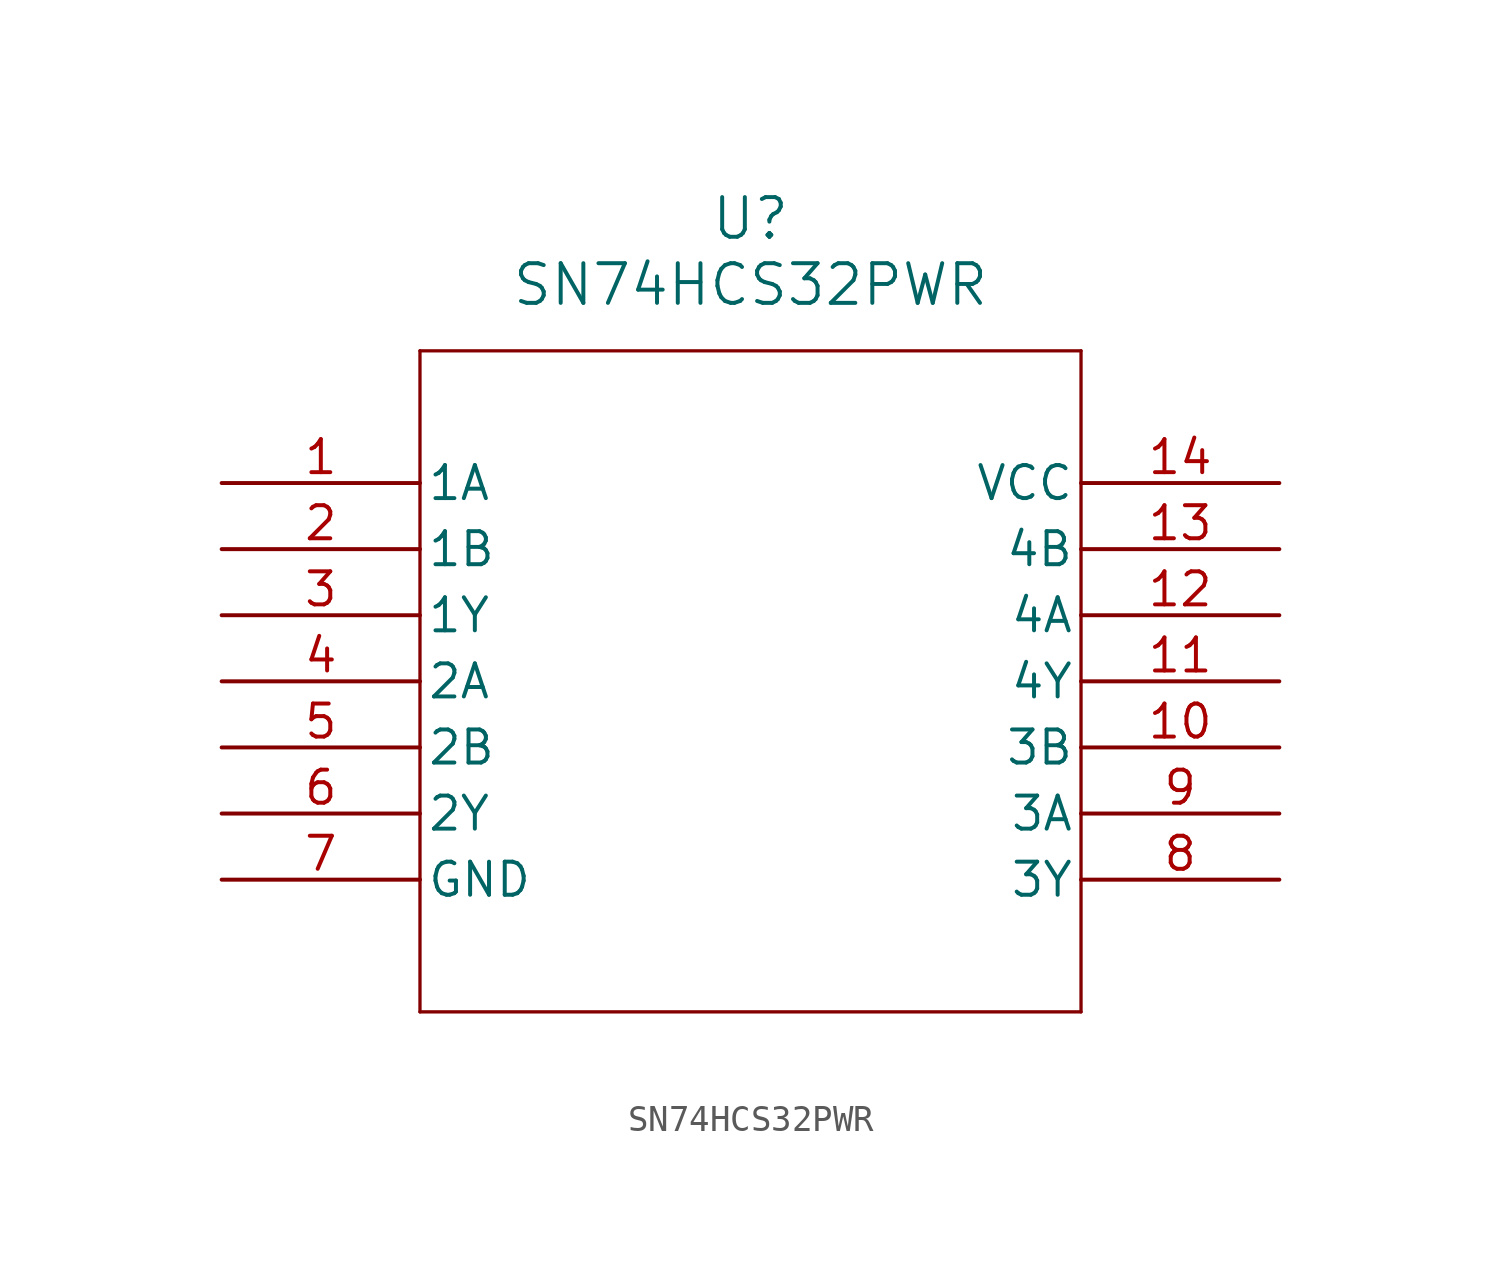
<source format=kicad_sym>
(kicad_symbol_lib
  (version 20211014)
  (generator kicad_symbol_editor)
  (symbol "SN74HCS32PWR"
    (pin_names
      (offset 0.254))
    (property "Reference" "U"
      (at 20.32 10.16 0)
      (effects (font (size 1.524 1.524))))
    (property "Value" "SN74HCS32PWR"
      (at 20.32 7.62 0)
      (effects (font (size 1.524 1.524))))
    (symbol "SN74HCS32PWR_0_1"
      (polyline (pts (xy 7.62 5.08) (xy 7.62 -20.32)) (stroke (width 0.127) (type default) (color 0 0 0 0)) (fill (type none)))
      (polyline (pts (xy 7.62 -20.32) (xy 33.02 -20.32)) (stroke (width 0.127) (type default) (color 0 0 0 0)) (fill (type none)))
      (polyline (pts (xy 33.02 -20.32) (xy 33.02 5.08)) (stroke (width 0.127) (type default) (color 0 0 0 0)) (fill (type none)))
      (polyline (pts (xy 33.02 5.08) (xy 7.62 5.08)) (stroke (width 0.127) (type default) (color 0 0 0 0)) (fill (type none)))
      (pin bidirectional line (at 0 0 0) (length 7.62) (name "1A" (effects (font (size 1.27 1.27)))) (number "1" (effects (font (size 1.27 1.27)))))
      (pin bidirectional line (at 0 -2.54 0) (length 7.62) (name "1B" (effects (font (size 1.27 1.27)))) (number "2" (effects (font (size 1.27 1.27)))))
      (pin bidirectional line (at 0 -5.08 0) (length 7.62) (name "1Y" (effects (font (size 1.27 1.27)))) (number "3" (effects (font (size 1.27 1.27)))))
      (pin bidirectional line (at 0 -7.62 0) (length 7.62) (name "2A" (effects (font (size 1.27 1.27)))) (number "4" (effects (font (size 1.27 1.27)))))
      (pin bidirectional line (at 0 -10.16 0) (length 7.62) (name "2B" (effects (font (size 1.27 1.27)))) (number "5" (effects (font (size 1.27 1.27)))))
      (pin bidirectional line (at 0 -12.7 0) (length 7.62) (name "2Y" (effects (font (size 1.27 1.27)))) (number "6" (effects (font (size 1.27 1.27)))))
      (pin power_out line (at 0 -15.24 0) (length 7.62) (name "GND" (effects (font (size 1.27 1.27)))) (number "7" (effects (font (size 1.27 1.27)))))
      (pin bidirectional line (at 40.64 -15.24 180) (length 7.62) (name "3Y" (effects (font (size 1.27 1.27)))) (number "8" (effects (font (size 1.27 1.27)))))
      (pin bidirectional line (at 40.64 -12.7 180) (length 7.62) (name "3A" (effects (font (size 1.27 1.27)))) (number "9" (effects (font (size 1.27 1.27)))))
      (pin bidirectional line (at 40.64 -10.16 180) (length 7.62) (name "3B" (effects (font (size 1.27 1.27)))) (number "10" (effects (font (size 1.27 1.27)))))
      (pin bidirectional line (at 40.64 -7.62 180) (length 7.62) (name "4Y" (effects (font (size 1.27 1.27)))) (number "11" (effects (font (size 1.27 1.27)))))
      (pin bidirectional line (at 40.64 -5.08 180) (length 7.62) (name "4A" (effects (font (size 1.27 1.27)))) (number "12" (effects (font (size 1.27 1.27)))))
      (pin bidirectional line (at 40.64 -2.54 180) (length 7.62) (name "4B" (effects (font (size 1.27 1.27)))) (number "13" (effects (font (size 1.27 1.27)))))
      (pin power_in line (at 40.64 0 180) (length 7.62) (name "VCC" (effects (font (size 1.27 1.27)))) (number "14" (effects (font (size 1.27 1.27))))))))
</source>
